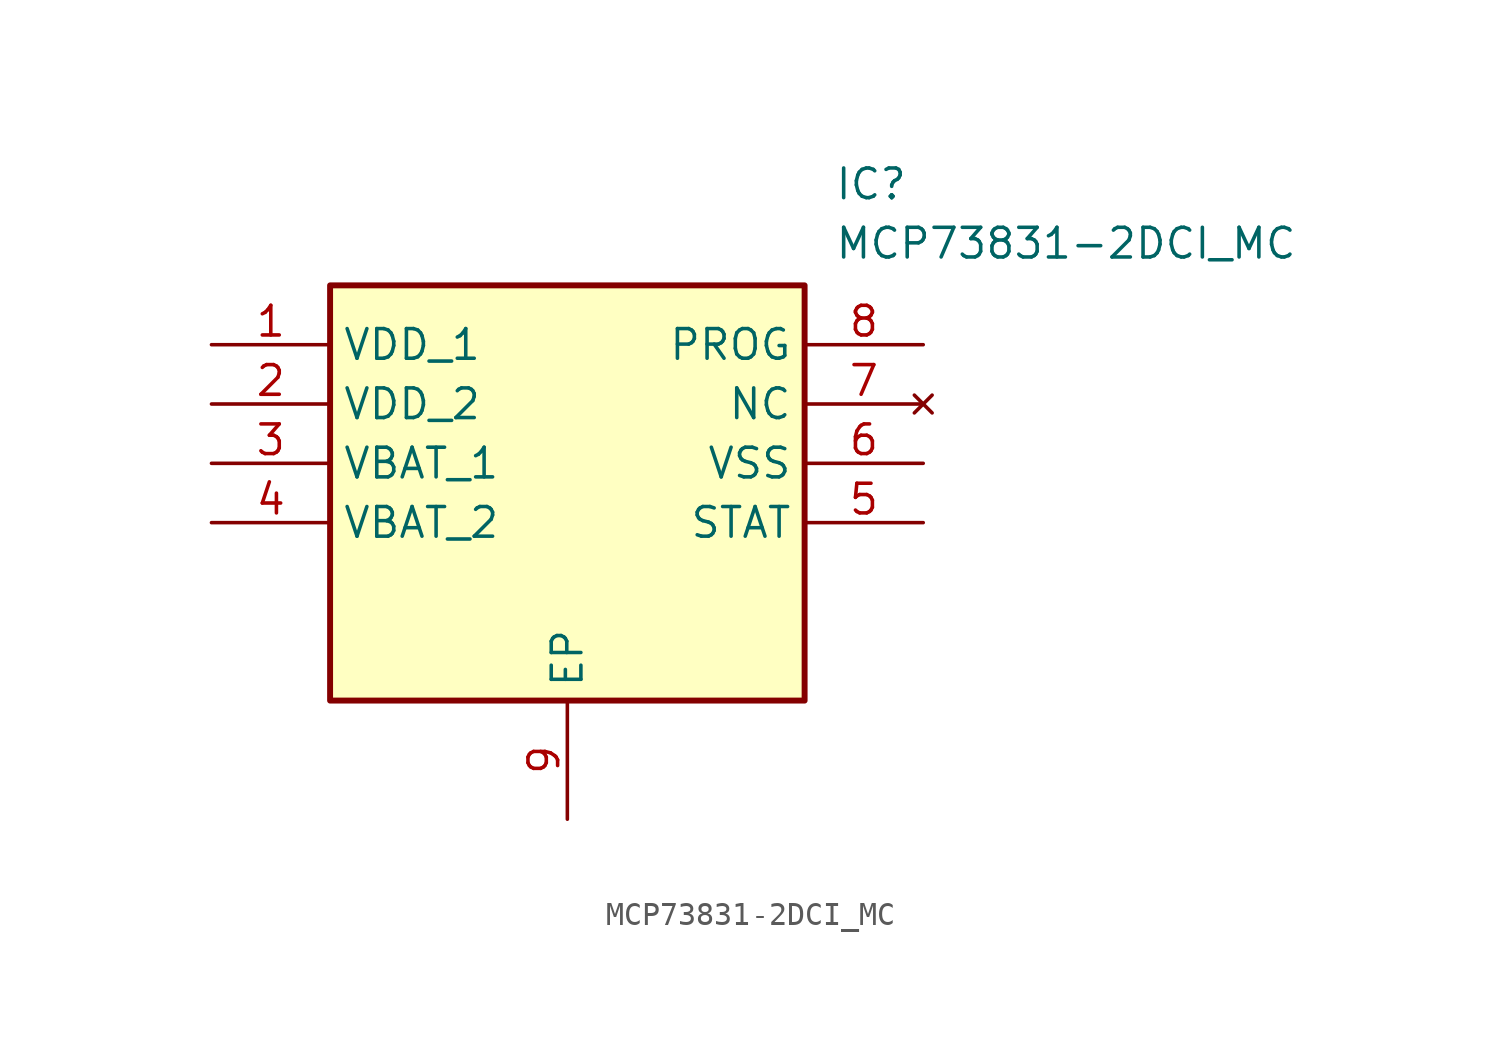
<source format=kicad_sym>
(kicad_symbol_lib
  (version 20211014)
  (generator SamacSys_ECAD_Model)
  (symbol "MCP73831-2DCI_MC"
    (property "Reference" "IC"
      (at 26.67 7.62 0)
      (effects (font (size 1.27 1.27)) (justify left top)))
    (property "Value" "MCP73831-2DCI_MC"
      (at 26.67 5.08 0)
      (effects (font (size 1.27 1.27)) (justify left top)))
    (rectangle
      (start 5.08 2.54)
      (end 25.4 -15.24)
      (stroke (width 0.254) (type default))
      (fill (type background)))
    (pin passive line
      (at 0 0 0)
      (length 5.08)
      (name "VDD_1" (effects (font (size 1.27 1.27))))
      (number "1" (effects (font (size 1.27 1.27)))))
    (pin passive line
      (at 0 -2.54 0)
      (length 5.08)
      (name "VDD_2" (effects (font (size 1.27 1.27))))
      (number "2" (effects (font (size 1.27 1.27)))))
    (pin passive line
      (at 0 -5.08 0)
      (length 5.08)
      (name "VBAT_1" (effects (font (size 1.27 1.27))))
      (number "3" (effects (font (size 1.27 1.27)))))
    (pin passive line
      (at 0 -7.62 0)
      (length 5.08)
      (name "VBAT_2" (effects (font (size 1.27 1.27))))
      (number "4" (effects (font (size 1.27 1.27)))))
    (pin passive line
      (at 15.24 -20.32 90)
      (length 5.08)
      (name "EP" (effects (font (size 1.27 1.27))))
      (number "9" (effects (font (size 1.27 1.27)))))
    (pin passive line
      (at 30.48 0 180)
      (length 5.08)
      (name "PROG" (effects (font (size 1.27 1.27))))
      (number "8" (effects (font (size 1.27 1.27)))))
    (pin no_connect line
      (at 30.48 -2.54 180)
      (length 5.08)
      (name "NC" (effects (font (size 1.27 1.27))))
      (number "7" (effects (font (size 1.27 1.27)))))
    (pin passive line
      (at 30.48 -5.08 180)
      (length 5.08)
      (name "VSS" (effects (font (size 1.27 1.27))))
      (number "6" (effects (font (size 1.27 1.27)))))
    (pin passive line
      (at 30.48 -7.62 180)
      (length 5.08)
      (name "STAT" (effects (font (size 1.27 1.27))))
      (number "5" (effects (font (size 1.27 1.27)))))))
</source>
